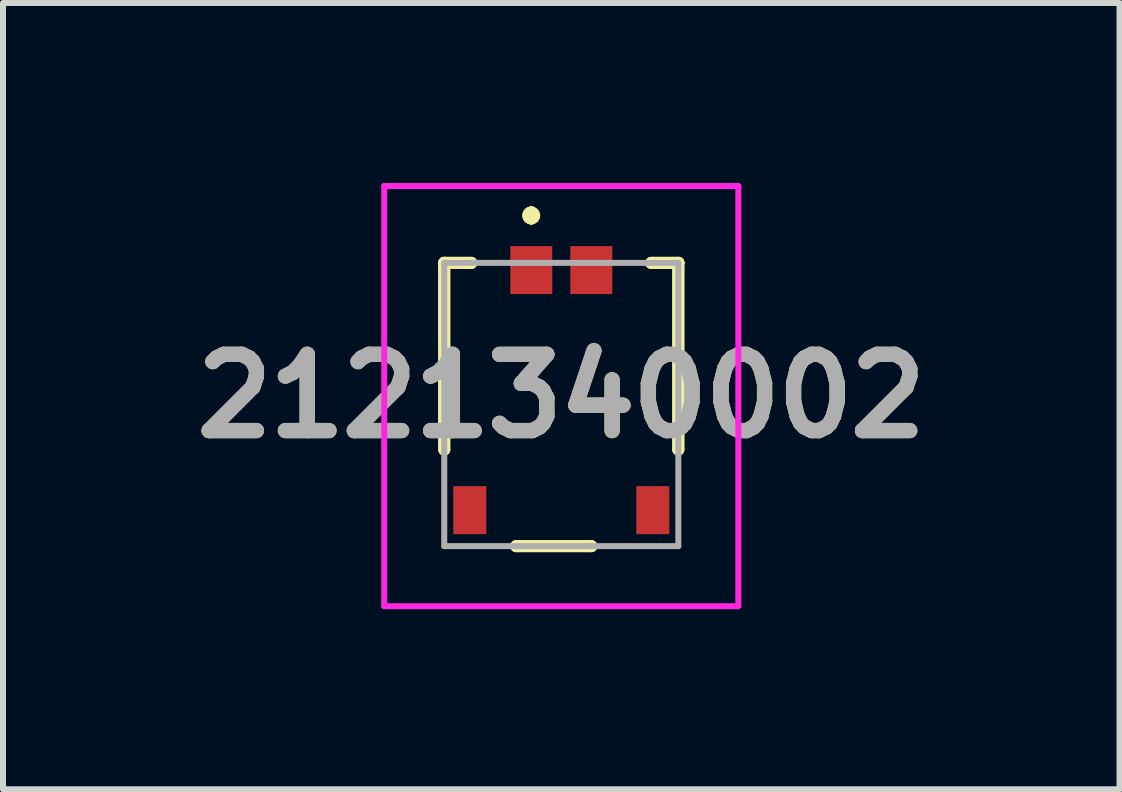
<source format=kicad_pcb>
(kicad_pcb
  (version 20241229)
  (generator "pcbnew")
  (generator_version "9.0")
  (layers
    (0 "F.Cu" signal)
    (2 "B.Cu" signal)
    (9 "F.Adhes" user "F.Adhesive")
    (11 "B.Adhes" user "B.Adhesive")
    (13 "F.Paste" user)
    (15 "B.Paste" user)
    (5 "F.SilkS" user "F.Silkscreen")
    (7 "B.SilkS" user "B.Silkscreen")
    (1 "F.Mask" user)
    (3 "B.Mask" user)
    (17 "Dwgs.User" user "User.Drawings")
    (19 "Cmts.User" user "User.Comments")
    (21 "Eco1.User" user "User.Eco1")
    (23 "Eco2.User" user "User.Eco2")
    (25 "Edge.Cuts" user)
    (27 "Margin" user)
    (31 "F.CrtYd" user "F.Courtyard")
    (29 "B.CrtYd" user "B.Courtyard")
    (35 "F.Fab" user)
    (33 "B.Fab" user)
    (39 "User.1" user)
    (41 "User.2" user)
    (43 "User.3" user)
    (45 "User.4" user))
  (footprint "2121340002"
    (layer "F.Cu")
    (at 6.302 3.69)
    (property "Reference" "2121340002" (at 0 -0.14 0) (layer "F.SilkS") (effects (font (size 1.27 1.27) (thickness 0.254))))
    (attr smd)
    (fp_line (start -1.95 -2.36) (end -1.95 -2.36) (stroke (width 0.2) (type solid)) (layer "F.SilkS"))
    (fp_line (start -1.95 -2.36) (end -1.95 -2.36) (stroke (width 0.2) (type solid)) (layer "F.SilkS"))
    (fp_line (start -1.95 -2.36) (end -1.95 0.75) (stroke (width 0.2) (type solid)) (layer "F.SilkS"))
    (fp_line (start -1.95 -2.36) (end -1.5 -2.36) (stroke (width 0.2) (type solid)) (layer "F.SilkS"))
    (fp_line (start -1.95 0.75) (end -1.95 -2.36) (stroke (width 0.2) (type solid)) (layer "F.SilkS"))
    (fp_line (start -1.95 0.75) (end -1.95 0.75) (stroke (width 0.2) (type solid)) (layer "F.SilkS"))
    (fp_line (start -1.5 -2.36) (end -1.95 -2.36) (stroke (width 0.2) (type solid)) (layer "F.SilkS"))
    (fp_line (start -1.5 -2.36) (end -1.5 -2.36) (stroke (width 0.2) (type solid)) (layer "F.SilkS"))
    (fp_line (start -0.75 2.36) (end -0.75 2.36) (stroke (width 0.2) (type solid)) (layer "F.SilkS"))
    (fp_line (start -0.75 2.36) (end 0.5 2.36) (stroke (width 0.2) (type solid)) (layer "F.SilkS"))
    (fp_line (start -0.5 -3.2) (end -0.5 -3.2) (stroke (width 0.2) (type solid)) (layer "F.SilkS"))
    (fp_line (start -0.5 -3.2) (end -0.5 -3.2) (stroke (width 0.2) (type solid)) (layer "F.SilkS"))
    (fp_line (start -0.5 -3.1) (end -0.5 -3.1) (stroke (width 0.2) (type solid)) (layer "F.SilkS"))
    (fp_line (start 0.5 2.36) (end -0.75 2.36) (stroke (width 0.2) (type solid)) (layer "F.SilkS"))
    (fp_line (start 0.5 2.36) (end 0.5 2.36) (stroke (width 0.2) (type solid)) (layer "F.SilkS"))
    (fp_line (start 1.5 -2.36) (end 1.5 -2.36) (stroke (width 0.2) (type solid)) (layer "F.SilkS"))
    (fp_line (start 1.5 -2.36) (end 1.95 -2.36) (stroke (width 0.2) (type solid)) (layer "F.SilkS"))
    (fp_line (start 1.95 -2.36) (end 1.5 -2.36) (stroke (width 0.2) (type solid)) (layer "F.SilkS"))
    (fp_line (start 1.95 -2.36) (end 1.95 -2.36) (stroke (width 0.2) (type solid)) (layer "F.SilkS"))
    (fp_line (start 1.95 -2.36) (end 1.95 -2.36) (stroke (width 0.2) (type solid)) (layer "F.SilkS"))
    (fp_line (start 1.95 -2.36) (end 1.95 0.75) (stroke (width 0.2) (type solid)) (layer "F.SilkS"))
    (fp_line (start 1.95 0.75) (end 1.95 -2.36) (stroke (width 0.2) (type solid)) (layer "F.SilkS"))
    (fp_line (start 1.95 0.75) (end 1.95 0.75) (stroke (width 0.2) (type solid)) (layer "F.SilkS"))
    (fp_arc (start -0.5 -3.2) (mid -0.45 -3.15) (end -0.5 -3.1) (stroke (width 0.2) (type solid)) (layer "F.SilkS"))
    (fp_arc (start -0.5 -3.1) (mid -0.55 -3.15) (end -0.5 -3.2) (stroke (width 0.2) (type solid)) (layer "F.SilkS"))
    (fp_arc (start -0.5 -3.1) (mid -0.55 -3.15) (end -0.5 -3.2) (stroke (width 0.2) (type solid)) (layer "F.SilkS"))
    (fp_line (start -2.95 -3.64) (end 2.95 -3.64) (stroke (width 0.1) (type solid)) (layer "F.CrtYd"))
    (fp_line (start -2.95 3.36) (end -2.95 -3.64) (stroke (width 0.1) (type solid)) (layer "F.CrtYd"))
    (fp_line (start 2.95 -3.64) (end 2.95 3.36) (stroke (width 0.1) (type solid)) (layer "F.CrtYd"))
    (fp_line (start 2.95 3.36) (end -2.95 3.36) (stroke (width 0.1) (type solid)) (layer "F.CrtYd"))
    (fp_line (start -1.95 -2.36) (end -1.95 2.36) (stroke (width 0.1) (type solid)) (layer "F.Fab"))
    (fp_line (start -1.95 2.36) (end 1.95 2.36) (stroke (width 0.1) (type solid)) (layer "F.Fab"))
    (fp_line (start 1.95 -2.36) (end -1.95 -2.36) (stroke (width 0.1) (type solid)) (layer "F.Fab"))
    (fp_line (start 1.95 2.36) (end 1.95 -2.36) (stroke (width 0.1) (type solid)) (layer "F.Fab"))
    (fp_text user "${REFERENCE}" (at 0 -0.14 0) (layer "F.Fab") (effects (font (size 1.27 1.27) (thickness 0.254))))
    (pad "1" smd rect (at -0.5 -2.24) (size 0.7 0.8) (layers "F.Cu" "F.Mask" "F.Paste"))
    (pad "2" smd rect (at 0.5 -2.24) (size 0.7 0.8) (layers "F.Cu" "F.Mask" "F.Paste"))
    (pad "MP1" smd rect (at -1.525 1.76) (size 0.55 0.8) (layers "F.Cu" "F.Mask" "F.Paste"))
    (pad "MP2" smd rect (at 1.525 1.76) (size 0.55 0.8) (layers "F.Cu" "F.Mask" "F.Paste")))
  (gr_rect
    (start -3 -3)
    (end 15.603 10.1)
    (stroke (width 0.1) (type default))
    (fill no)
    (layer "Edge.Cuts")))
</source>
